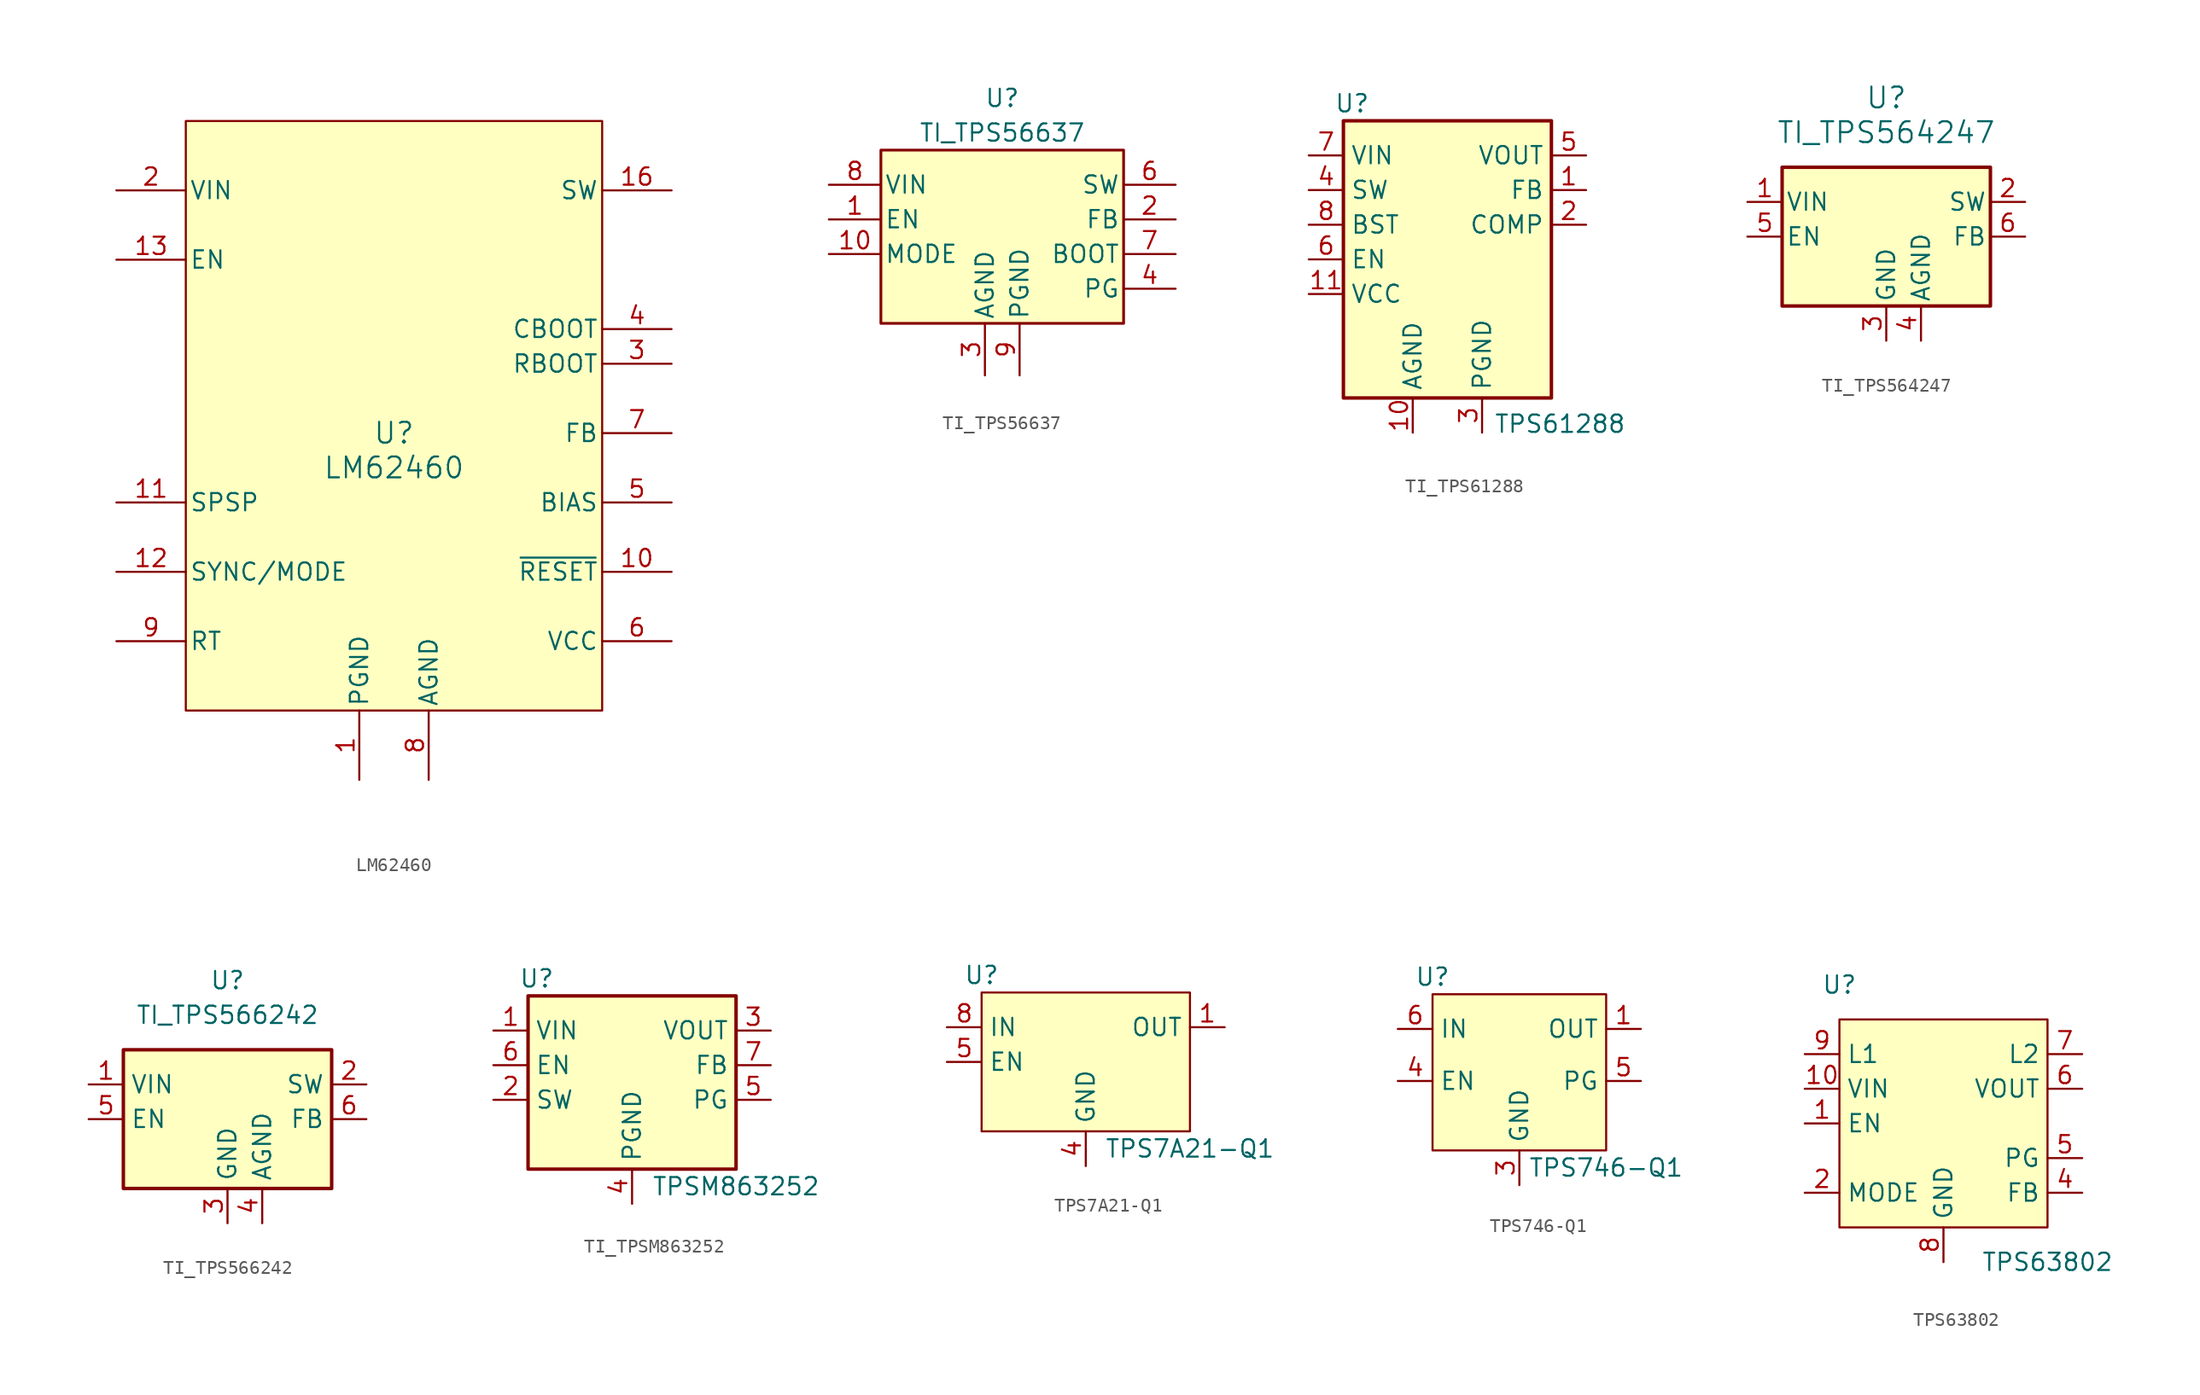
<source format=kicad_sym>
(kicad_symbol_lib
  (version 20241209)
  (generator "kicad_symbol_editor")
  (generator_version "9.0")
  (symbol "LM62460"
    (pin_names
      (offset 0.254))
    (property "Reference" "U"
      (at 0 -2.54 0)
      (effects (font (size 1.524 1.524))))
    (property "Value" "LM62460"
      (at 0 -5.08 0)
      (effects (font (size 1.524 1.524))))
    (symbol "LM62460_0_1"
      (pin power_in line (at -20.32 15.24 0) (length 5.08) (name "VIN" (effects (font (size 1.27 1.27)))) (number "2" (effects (font (size 1.27 1.27)))))
      (pin input line (at -20.32 10.16 0) (length 5.08) (name "EN" (effects (font (size 1.27 1.27)))) (number "13" (effects (font (size 1.27 1.27)))))
      (pin unspecified line (at -20.32 -17.78 0) (length 5.08) (name "RT" (effects (font (size 1.27 1.27)))) (number "9" (effects (font (size 1.27 1.27)))))
      (pin power_in line (at -2.54 -27.94 90) (length 5.08) (name "PGND" (effects (font (size 1.27 1.27)))) (number "1" (effects (font (size 1.27 1.27)))))
      (pin power_in line (at 2.54 -27.94 90) (length 5.08) (name "AGND" (effects (font (size 1.27 1.27)))) (number "8" (effects (font (size 1.27 1.27)))))
      (pin power_in line (at 20.32 15.24 180) (length 5.08) (name "SW" (effects (font (size 1.27 1.27)))) (number "16" (effects (font (size 1.27 1.27)))))
      (pin unspecified line (at 20.32 5.08 180) (length 5.08) (name "CBOOT" (effects (font (size 1.27 1.27)))) (number "4" (effects (font (size 1.27 1.27)))))
      (pin unspecified line (at 20.32 2.54 180) (length 5.08) (name "RBOOT" (effects (font (size 1.27 1.27)))) (number "3" (effects (font (size 1.27 1.27)))))
      (pin input line (at 20.32 -2.54 180) (length 5.08) (name "FB" (effects (font (size 1.27 1.27)))) (number "7" (effects (font (size 1.27 1.27)))))
      (pin unspecified line (at 20.32 -7.62 180) (length 5.08) (name "BIAS" (effects (font (size 1.27 1.27)))) (number "5" (effects (font (size 1.27 1.27)))))
      (pin power_in line (at 20.32 -17.78 180) (length 5.08) (name "VCC" (effects (font (size 1.27 1.27)))) (number "6" (effects (font (size 1.27 1.27))))))
    (symbol "LM62460_1_1"
      (rectangle (start -15.24 20.32) (end 15.24 -22.86) (stroke (width 0) (type solid)) (fill (type background)))
      (pin passive line (at -20.32 15.24 0) (length 5.08) (hide yes) (name "VIN" (effects (font (size 1.27 1.27)))) (number "14" (effects (font (size 1.27 1.27)))))
      (pin unspecified line (at -20.32 -7.62 0) (length 5.08) (name "SPSP" (effects (font (size 1.27 1.27)))) (number "11" (effects (font (size 1.27 1.27)))))
      (pin input line (at -20.32 -12.7 0) (length 5.08) (name "SYNC/MODE" (effects (font (size 1.27 1.27)))) (number "12" (effects (font (size 1.27 1.27)))))
      (pin passive line (at -2.54 -27.94 90) (length 5.08) (hide yes) (name "PGND" (effects (font (size 1.27 1.27)))) (number "15" (effects (font (size 1.27 1.27)))))
      (pin input line (at 20.32 -12.7 180) (length 5.08) (name "~{RESET}" (effects (font (size 1.27 1.27)))) (number "10" (effects (font (size 1.27 1.27)))))))
  (symbol "TI_TPS56637"
    (pin_names
      (offset 0.254))
    (property "Reference" "U"
      (at 0 10.16 0)
      (effects (font (size 1.27 1.27))))
    (property "Value" "TI_TPS56637"
      (at 0 7.62 0)
      (effects (font (size 1.27 1.27))))
    (symbol "TI_TPS56637_1_1"
      (rectangle (start -8.89 6.35) (end 8.89 -6.35) (stroke (width 0.203) (type default)) (fill (type background)))
      (pin power_in line (at -12.7 3.81 0) (length 3.81) (name "VIN" (effects (font (size 1.27 1.27)))) (number "8" (effects (font (size 1.27 1.27)))))
      (pin power_in line (at -12.7 1.27 0) (length 3.81) (name "EN" (effects (font (size 1.27 1.27)))) (number "1" (effects (font (size 1.27 1.27)))))
      (pin power_in line (at -12.7 -1.27 0) (length 3.81) (name "MODE" (effects (font (size 1.27 1.27)))) (number "10" (effects (font (size 1.27 1.27)))))
      (pin no_connect line (at -8.89 -3.81 0) (length 3.81) (hide yes) (name "NC" (effects (font (size 1.27 1.27)))) (number "5" (effects (font (size 1.27 1.27)))))
      (pin power_in line (at -1.27 -10.16 90) (length 3.81) (name "AGND" (effects (font (size 1.27 1.27)))) (number "3" (effects (font (size 1.27 1.27)))))
      (pin power_in line (at 1.27 -10.16 90) (length 3.81) (name "PGND" (effects (font (size 1.27 1.27)))) (number "9" (effects (font (size 1.27 1.27)))))
      (pin power_in line (at 12.7 3.81 180) (length 3.81) (name "SW" (effects (font (size 1.27 1.27)))) (number "6" (effects (font (size 1.27 1.27)))))
      (pin power_in line (at 12.7 1.27 180) (length 3.81) (name "FB" (effects (font (size 1.27 1.27)))) (number "2" (effects (font (size 1.27 1.27)))))
      (pin power_in line (at 12.7 -1.27 180) (length 3.81) (name "BOOT" (effects (font (size 1.27 1.27)))) (number "7" (effects (font (size 1.27 1.27)))))
      (pin power_in line (at 12.7 -3.81 180) (length 3.81) (name "PG" (effects (font (size 1.27 1.27)))) (number "4" (effects (font (size 1.27 1.27)))))))
  (symbol "TI_TPS61288"
    (property "Reference" "U"
      (at -6.985 11.43 0)
      (effects (font (size 1.27 1.27))))
    (property "Value" "TPS61288"
      (at 8.255 -12.065 0)
      (effects (font (size 1.27 1.27))))
    (symbol "TI_TPS61288_1_1"
      (rectangle (start -7.62 10.16) (end 7.62 -10.16) (stroke (width 0.254) (type default)) (fill (type background)))
      (pin power_in line (at -10.16 7.62 0) (length 2.54) (name "VIN" (effects (font (size 1.27 1.27)))) (number "7" (effects (font (size 1.27 1.27)))))
      (pin unspecified line (at -10.16 5.08 0) (length 2.54) (name "SW" (effects (font (size 1.27 1.27)))) (number "4" (effects (font (size 1.27 1.27)))))
      (pin unspecified line (at -10.16 5.08 0) (length 2.54) (hide yes) (name "SW" (effects (font (size 1.27 1.27)))) (number "9" (effects (font (size 1.27 1.27)))))
      (pin unspecified line (at -10.16 2.54 0) (length 2.54) (name "BST" (effects (font (size 1.27 1.27)))) (number "8" (effects (font (size 1.27 1.27)))))
      (pin input line (at -10.16 0 0) (length 2.54) (name "EN" (effects (font (size 1.27 1.27)))) (number "6" (effects (font (size 1.27 1.27)))))
      (pin unspecified line (at -10.16 -2.54 0) (length 2.54) (name "VCC" (effects (font (size 1.27 1.27)))) (number "11" (effects (font (size 1.27 1.27)))))
      (pin power_in line (at -2.54 -12.7 90) (length 2.54) (name "AGND" (effects (font (size 1.27 1.27)))) (number "10" (effects (font (size 1.27 1.27)))))
      (pin power_in line (at 2.54 -12.7 90) (length 2.54) (name "PGND" (effects (font (size 1.27 1.27)))) (number "3" (effects (font (size 1.27 1.27)))))
      (pin power_in line (at 10.16 7.62 180) (length 2.54) (name "VOUT" (effects (font (size 1.27 1.27)))) (number "5" (effects (font (size 1.27 1.27)))))
      (pin unspecified line (at 10.16 5.08 180) (length 2.54) (name "FB" (effects (font (size 1.27 1.27)))) (number "1" (effects (font (size 1.27 1.27)))))
      (pin unspecified line (at 10.16 2.54 180) (length 2.54) (name "COMP" (effects (font (size 1.27 1.27)))) (number "2" (effects (font (size 1.27 1.27)))))))
  (symbol "TI_TPS564247"
    (pin_names
      (offset 0.254))
    (property "Reference" "U"
      (at 0 10.16 0)
      (effects (font (size 1.524 1.524))))
    (property "Value" "TI_TPS564247"
      (at 0 7.62 0)
      (effects (font (size 1.524 1.524))))
    (symbol "TI_TPS564247_0_0"
      (pin input line (at -10.16 2.54 0) (length 2.54) (name "VIN" (effects (font (size 1.27 1.27)))) (number "1" (effects (font (size 1.27 1.27)))))
      (pin input line (at -10.16 0 0) (length 2.54) (name "EN" (effects (font (size 1.27 1.27)))) (number "5" (effects (font (size 1.27 1.27)))))
      (pin power_in line (at 0 -7.62 90) (length 2.54) (name "GND" (effects (font (size 1.27 1.27)))) (number "3" (effects (font (size 1.27 1.27)))))
      (pin power_in line (at 2.54 -7.62 90) (length 2.54) (name "AGND" (effects (font (size 1.27 1.27)))) (number "4" (effects (font (size 1.27 1.27)))))
      (pin output line (at 10.16 2.54 180) (length 2.54) (name "SW" (effects (font (size 1.27 1.27)))) (number "2" (effects (font (size 1.27 1.27)))))
      (pin input line (at 10.16 0 180) (length 2.54) (name "FB" (effects (font (size 1.27 1.27)))) (number "6" (effects (font (size 1.27 1.27))))))
    (symbol "TI_TPS564247_1_1"
      (rectangle (start -7.62 5.08) (end 7.62 -5.08) (stroke (width 0.254) (type default)) (fill (type background)))))
  (symbol "TI_TPS566242"
    (property "Reference" "U"
      (at 0 10.16 0)
      (effects (font (size 1.27 1.27))))
    (property "Value" "TI_TPS566242"
      (at 0 7.62 0)
      (effects (font (size 1.27 1.27))))
    (symbol "TI_TPS566242_0_0"
      (pin input line (at -10.16 2.54 0) (length 2.54) (name "VIN" (effects (font (size 1.27 1.27)))) (number "1" (effects (font (size 1.27 1.27)))))
      (pin power_in line (at 0 -7.62 90) (length 2.54) (name "GND" (effects (font (size 1.27 1.27)))) (number "3" (effects (font (size 1.27 1.27)))))
      (pin power_in line (at 2.54 -7.62 90) (length 2.54) (name "AGND" (effects (font (size 1.27 1.27)))) (number "4" (effects (font (size 1.27 1.27))))))
    (symbol "TI_TPS566242_1_0"
      (pin output line (at -10.16 0 0) (length 2.54) (name "EN" (effects (font (size 1.27 1.27)))) (number "5" (effects (font (size 1.27 1.27)))))
      (pin input line (at 10.16 2.54 180) (length 2.54) (name "SW" (effects (font (size 1.27 1.27)))) (number "2" (effects (font (size 1.27 1.27)))))
      (pin input line (at 10.16 0 180) (length 2.54) (name "FB" (effects (font (size 1.27 1.27)))) (number "6" (effects (font (size 1.27 1.27))))))
    (symbol "TI_TPS566242_1_1"
      (rectangle (start -7.62 5.08) (end 7.62 -5.08) (stroke (width 0.254) (type default)) (fill (type background)))))
  (symbol "TI_TPSM863252"
    (property "Reference" "U"
      (at -6.985 6.35 0)
      (effects (font (size 1.27 1.27))))
    (property "Value" "TPSM863252"
      (at 7.62 -8.89 0)
      (effects (font (size 1.27 1.27))))
    (symbol "TI_TPSM863252_1_1"
      (rectangle (start -7.62 5.08) (end 7.62 -7.62) (stroke (width 0.254) (type default)) (fill (type background)))
      (pin power_in line (at -10.16 2.54 0) (length 2.54) (name "VIN" (effects (font (size 1.27 1.27)))) (number "1" (effects (font (size 1.27 1.27)))))
      (pin input line (at -10.16 0 0) (length 2.54) (name "EN" (effects (font (size 1.27 1.27)))) (number "6" (effects (font (size 1.27 1.27)))))
      (pin unspecified line (at -10.16 -2.54 0) (length 2.54) (name "SW" (effects (font (size 1.27 1.27)))) (number "2" (effects (font (size 1.27 1.27)))))
      (pin power_in line (at 0 -10.16 90) (length 2.54) (name "PGND" (effects (font (size 1.27 1.27)))) (number "4" (effects (font (size 1.27 1.27)))))
      (pin power_in line (at 10.16 2.54 180) (length 2.54) (name "VOUT" (effects (font (size 1.27 1.27)))) (number "3" (effects (font (size 1.27 1.27)))))
      (pin unspecified line (at 10.16 0 180) (length 2.54) (name "FB" (effects (font (size 1.27 1.27)))) (number "7" (effects (font (size 1.27 1.27)))))
      (pin open_collector line (at 10.16 -2.54 180) (length 2.54) (name "PG" (effects (font (size 1.27 1.27)))) (number "5" (effects (font (size 1.27 1.27)))))))
  (symbol "TPS7A21-Q1"
    (property "Reference" "U"
      (at -7.62 6.35 0)
      (effects (font (size 1.27 1.27))))
    (property "Value" "TPS7A21-Q1"
      (at 7.62 -6.35 0)
      (effects (font (size 1.27 1.27))))
    (symbol "TPS7A21-Q1_0_1"
      (pin input line (at -10.16 0 0) (length 2.54) (name "EN" (effects (font (size 1.27 1.27)))) (number "5" (effects (font (size 1.27 1.27)))))
      (pin power_out line (at 0 -7.62 90) (length 2.54) (name "GND" (effects (font (size 1.27 1.27)))) (number "4" (effects (font (size 1.27 1.27))))))
    (symbol "TPS7A21-Q1_1_1"
      (rectangle (start -7.62 5.08) (end 7.62 -5.08) (stroke (width 0) (type solid)) (fill (type background)))
      (pin passive line (at -10.16 2.54 0) (length 2.54) (hide yes) (name "IN" (effects (font (size 1.27 1.27)))) (number "7" (effects (font (size 1.27 1.27)))))
      (pin input line (at -10.16 2.54 0) (length 2.54) (name "IN" (effects (font (size 1.27 1.27)))) (number "8" (effects (font (size 1.27 1.27)))))
      (pin passive line (at 0 -7.62 90) (length 2.54) (hide yes) (name "EPAD" (effects (font (size 1.27 1.27)))) (number "9" (effects (font (size 1.27 1.27)))))
      (pin no_connect line (at 7.62 0 180) (length 2.54) (hide yes) (name "NC" (effects (font (size 1.27 1.27)))) (number "3" (effects (font (size 1.27 1.27)))))
      (pin no_connect line (at 7.62 0 180) (length 2.54) (hide yes) (name "NC" (effects (font (size 1.27 1.27)))) (number "6" (effects (font (size 1.27 1.27)))))
      (pin output line (at 10.16 2.54 180) (length 2.54) (name "OUT" (effects (font (size 1.27 1.27)))) (number "1" (effects (font (size 1.27 1.27)))))
      (pin passive line (at 10.16 2.54 180) (length 2.54) (hide yes) (name "OUT" (effects (font (size 1.27 1.27)))) (number "2" (effects (font (size 1.27 1.27)))))))
  (symbol "TPS746-Q1"
    (property "Reference" "U"
      (at -6.35 8.89 0)
      (effects (font (size 1.27 1.27))))
    (property "Value" "TPS746-Q1"
      (at 6.35 -5.08 0)
      (effects (font (size 1.27 1.27))))
    (symbol "TPS746-Q1_0_0"
      (pin power_in line (at -8.89 5.08 0) (length 2.54) (name "IN" (effects (font (size 1.27 1.27)))) (number "6" (effects (font (size 1.27 1.27)))))
      (pin input line (at -8.89 1.27 0) (length 2.54) (name "EN" (effects (font (size 1.27 1.27)))) (number "4" (effects (font (size 1.27 1.27)))))
      (pin power_in line (at 0 -6.35 90) (length 2.54) (name "GND" (effects (font (size 1.27 1.27)))) (number "3" (effects (font (size 1.27 1.27)))))
      (pin power_out line (at 8.89 5.08 180) (length 2.54) (name "OUT" (effects (font (size 1.27 1.27)))) (number "1" (effects (font (size 1.27 1.27)))))
      (pin output line (at 8.89 1.27 180) (length 2.54) (name "PG" (effects (font (size 1.27 1.27)))) (number "5" (effects (font (size 1.27 1.27))))))
    (symbol "TPS746-Q1_1_0"
      (pin no_connect line (at -8.89 -2.54 0) (length 2.54) (hide yes) (name "NC" (effects (font (size 1.27 1.27)))) (number "2" (effects (font (size 1.27 1.27))))))
    (symbol "TPS746-Q1_1_1"
      (rectangle (start -6.35 7.62) (end 6.35 -3.81) (stroke (width 0) (type solid)) (fill (type background)))
      (pin passive line (at 0 -6.35 90) (length 2.54) (hide yes) (name "EP" (effects (font (size 1.27 1.27)))) (number "7" (effects (font (size 1.27 1.27)))))))
  (symbol "TPS63802"
    (property "Reference" "U"
      (at -7.62 10.16 0)
      (effects (font (size 1.27 1.27))))
    (property "Value" "TPS63802"
      (at 7.62 -10.16 0)
      (effects (font (size 1.27 1.27))))
    (symbol "TPS63802_0_1"
      (pin unspecified line (at -10.16 5.08 0) (length 2.54) (name "L1" (effects (font (size 1.27 1.27)))) (number "9" (effects (font (size 1.27 1.27)))))
      (pin input line (at -10.16 0 0) (length 2.54) (name "EN" (effects (font (size 1.27 1.27)))) (number "1" (effects (font (size 1.27 1.27)))))
      (pin input line (at -10.16 -5.08 0) (length 2.54) (name "MODE" (effects (font (size 1.27 1.27)))) (number "2" (effects (font (size 1.27 1.27)))))
      (pin power_in line (at 0 -10.16 90) (length 2.54) (name "GND" (effects (font (size 1.27 1.27)))) (number "8" (effects (font (size 1.27 1.27)))))
      (pin unspecified line (at 10.16 5.08 180) (length 2.54) (name "L2" (effects (font (size 1.27 1.27)))) (number "7" (effects (font (size 1.27 1.27)))))
      (pin power_in line (at 10.16 2.54 180) (length 2.54) (name "VOUT" (effects (font (size 1.27 1.27)))) (number "6" (effects (font (size 1.27 1.27)))))
      (pin open_collector line (at 10.16 -2.54 180) (length 2.54) (name "PG" (effects (font (size 1.27 1.27)))) (number "5" (effects (font (size 1.27 1.27)))))
      (pin input line (at 10.16 -5.08 180) (length 2.54) (name "FB" (effects (font (size 1.27 1.27)))) (number "4" (effects (font (size 1.27 1.27))))))
    (symbol "TPS63802_1_1"
      (rectangle (start -7.62 7.62) (end 7.62 -7.62) (stroke (width 0) (type solid)) (fill (type color) (color 255 255 194 1)))
      (pin power_in line (at -10.16 2.54 0) (length 2.54) (name "VIN" (effects (font (size 1.27 1.27)))) (number "10" (effects (font (size 1.27 1.27)))))
      (pin passive line (at 0 -10.16 90) (length 2.54) (hide yes) (name "AGND" (effects (font (size 1.27 1.27)))) (number "3" (effects (font (size 1.27 1.27))))))))
</source>
